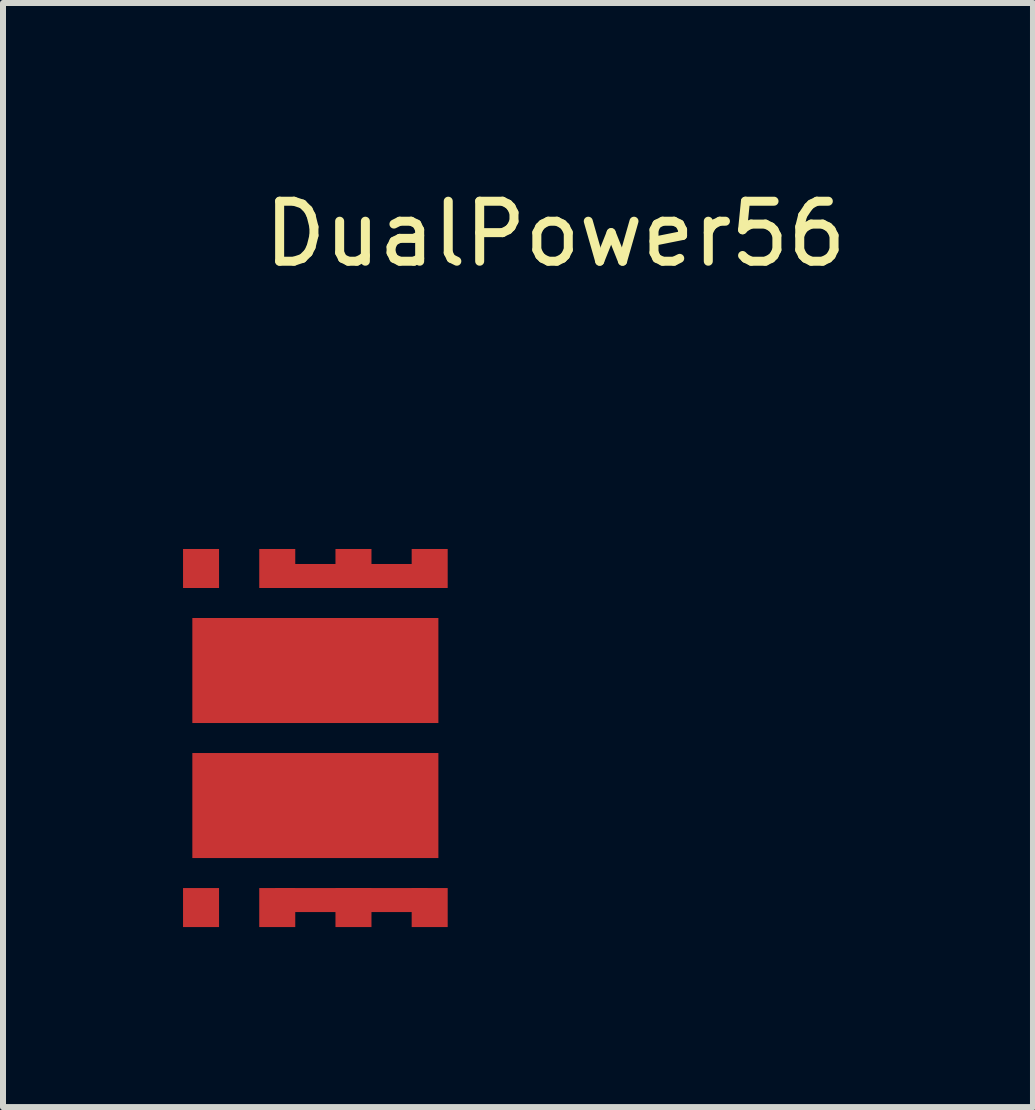
<source format=kicad_pcb>
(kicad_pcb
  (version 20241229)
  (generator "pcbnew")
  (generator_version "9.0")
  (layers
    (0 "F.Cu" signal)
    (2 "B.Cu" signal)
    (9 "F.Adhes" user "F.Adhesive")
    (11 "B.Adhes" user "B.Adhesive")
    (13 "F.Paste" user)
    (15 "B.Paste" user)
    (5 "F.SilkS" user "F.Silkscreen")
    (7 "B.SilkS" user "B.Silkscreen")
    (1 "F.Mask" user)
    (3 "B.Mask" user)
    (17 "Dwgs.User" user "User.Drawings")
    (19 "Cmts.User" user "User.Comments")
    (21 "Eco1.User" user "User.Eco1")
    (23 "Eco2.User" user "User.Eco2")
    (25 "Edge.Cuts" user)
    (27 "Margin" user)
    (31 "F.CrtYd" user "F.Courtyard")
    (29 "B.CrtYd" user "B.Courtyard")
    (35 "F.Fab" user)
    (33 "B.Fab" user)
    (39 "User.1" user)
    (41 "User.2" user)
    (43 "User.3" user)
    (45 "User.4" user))
  (footprint "DualPower56"
    (layer "F.Cu")
    (at 2.205 9.248)
    (property "Reference" "DualPower56" (at 4 -8.4 0) (layer "F.SilkS") (effects (font (size 1 1) (thickness 0.15))))
    (attr through_hole)
    (pad "1" smd rect (at -1.905 2.825) (size 0.6 0.65) (layers "F.Cu" "F.Mask" "F.Paste"))
    (pad "2" smd rect (at -0.635 2.825) (size 0.6 0.65) (layers "F.Cu" "F.Mask" "F.Paste"))
    (pad "2" smd rect (at 0.6 2.7) (size 2.54 0.4) (layers "F.Cu" "F.Mask" "F.Paste"))
    (pad "2" smd rect (at 0.635 2.825) (size 0.6 0.65) (layers "F.Cu" "F.Mask" "F.Paste"))
    (pad "2" smd rect (at 1.905 2.825) (size 0.6 0.65) (layers "F.Cu" "F.Mask" "F.Paste"))
    (pad "3" smd rect (at -0.635 -2.825) (size 0.6 0.65) (layers "F.Cu" "F.Mask" "F.Paste"))
    (pad "3" smd rect (at 0.635 -2.825) (size 0.6 0.65) (layers "F.Cu" "F.Mask" "F.Paste"))
    (pad "3" smd rect (at 0.65 -2.7) (size 2.54 0.4) (layers "F.Cu" "F.Mask" "F.Paste"))
    (pad "3" smd rect (at 1.905 -2.825) (size 0.6 0.65) (layers "F.Cu" "F.Mask" "F.Paste"))
    (pad "4" smd rect (at -1.905 -2.825) (size 0.6 0.65) (layers "F.Cu" "F.Mask" "F.Paste"))
    (pad "5" smd rect (at 0 -1.125) (size 4.1 1.75) (layers "F.Cu" "F.Mask" "F.Paste"))
    (pad "6" smd rect (at 0 1.125) (size 4.1 1.75) (layers "F.Cu" "F.Mask" "F.Paste")))
  (gr_rect
    (start -3 -3)
    (end 14.163 15.398)
    (stroke (width 0.1) (type default))
    (fill no)
    (layer "Edge.Cuts")))
</source>
